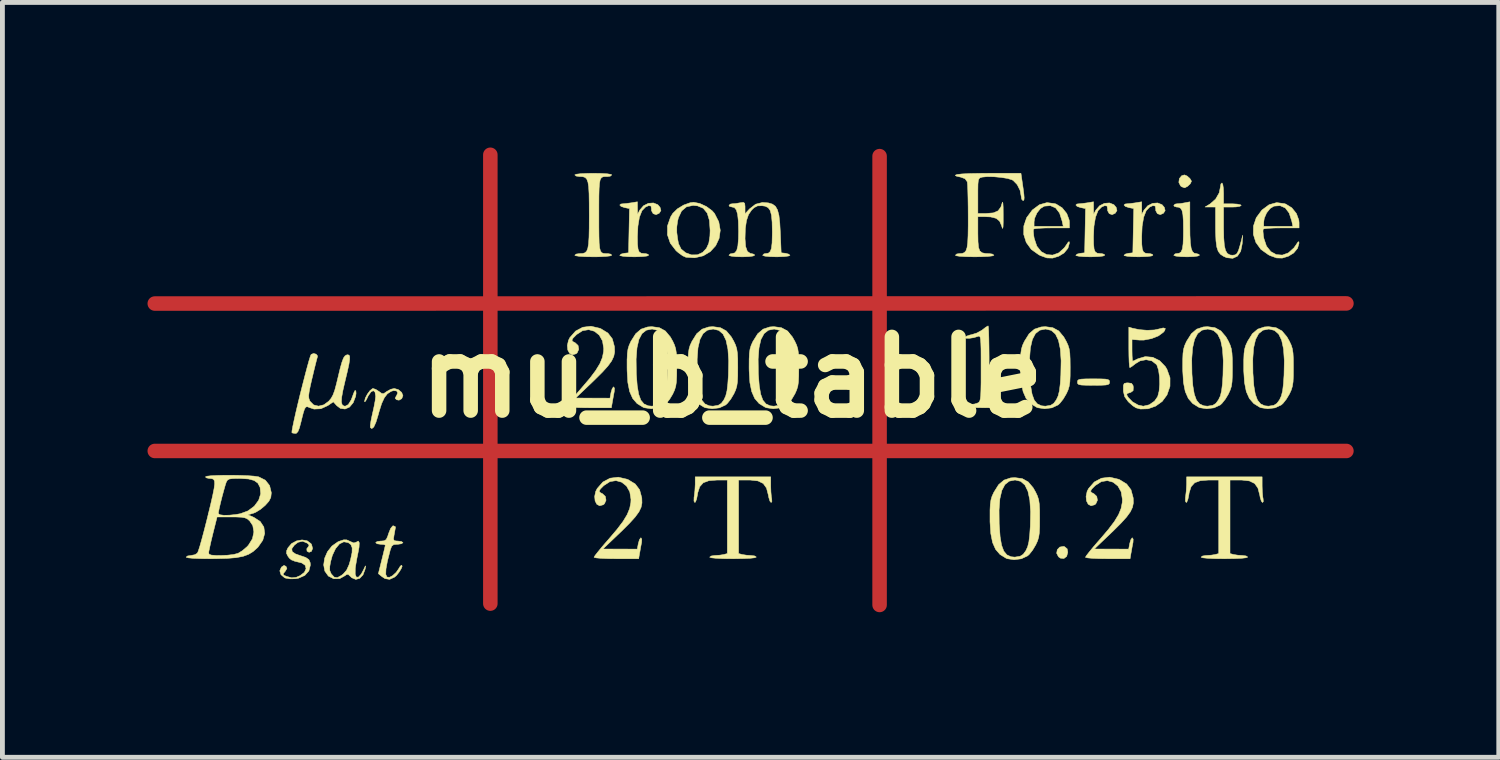
<source format=kicad_pcb>
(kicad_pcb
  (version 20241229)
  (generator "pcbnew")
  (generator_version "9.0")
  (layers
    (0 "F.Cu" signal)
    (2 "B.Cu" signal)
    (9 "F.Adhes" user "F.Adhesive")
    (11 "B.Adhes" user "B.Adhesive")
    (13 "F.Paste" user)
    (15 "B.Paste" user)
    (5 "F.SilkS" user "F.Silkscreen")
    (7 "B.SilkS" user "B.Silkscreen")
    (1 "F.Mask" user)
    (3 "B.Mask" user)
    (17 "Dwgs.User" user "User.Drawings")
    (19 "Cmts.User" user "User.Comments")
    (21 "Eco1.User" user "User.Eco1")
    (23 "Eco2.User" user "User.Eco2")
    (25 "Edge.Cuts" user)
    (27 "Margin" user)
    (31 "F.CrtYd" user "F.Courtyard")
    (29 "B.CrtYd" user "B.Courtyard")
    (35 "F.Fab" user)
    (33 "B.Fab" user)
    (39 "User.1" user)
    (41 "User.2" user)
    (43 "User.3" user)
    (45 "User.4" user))
  (footprint "mu_b_table"
    (layer "F.Cu")
    (at 12.088 4.75)
    (property "Reference" "mu_b_table" (at 0 0 0) (layer "F.SilkS") (effects (font (size 1.524 1.524) (thickness 0.3))))
    (attr through_hole)
    (fp_line (start -11.938 -1.524) (end 12.7 -1.527) (stroke (width 0.3) (type solid)) (layer "F.Cu"))
    (fp_line (start -11.938 1.524) (end 12.7 1.524) (stroke (width 0.3) (type solid)) (layer "F.Cu"))
    (fp_line (start -5 -4.6) (end -5 4.68) (stroke (width 0.3) (type solid)) (layer "F.Cu"))
    (fp_line (start 3.048 -4.572) (end 3.048 4.708) (stroke (width 0.3) (type solid)) (layer "F.Cu"))
    (fp_line (start -11.938 -1.524) (end 12.7 -1.527) (stroke (width 0.3) (type solid)) (layer "F.Mask"))
    (fp_line (start -11.938 1.524) (end 12.7 1.524) (stroke (width 0.3) (type solid)) (layer "F.Mask"))
    (fp_line (start -5 -4.6) (end -5 4.68) (stroke (width 0.3) (type solid)) (layer "F.Mask"))
    (fp_line (start 3.048 -4.572) (end 3.048 4.708) (stroke (width 0.3) (type solid)) (layer "F.Mask"))
    (fp_poly (pts (xy 6.871 3.502) (xy 6.926 3.547) (xy 6.939 3.618) (xy 6.916 3.703) (xy 6.859 3.747) (xy 6.786 3.74) (xy 6.747 3.712) (xy 6.709 3.638) (xy 6.722 3.565) (xy 6.773 3.511) (xy 6.85 3.497) (xy 6.871 3.502)) (stroke (width 0.01) (type solid)) (fill yes) (layer "F.SilkS"))
    (fp_poly (pts (xy 9.406 -4.161) (xy 9.464 -4.11) (xy 9.495 -4.057) (xy 9.496 -4.051) (xy 9.471 -4) (xy 9.415 -3.947) (xy 9.358 -3.918) (xy 9.351 -3.918) (xy 9.293 -3.939) (xy 9.27 -3.958) (xy 9.235 -4.03) (xy 9.246 -4.108) (xy 9.294 -4.167) (xy 9.351 -4.184) (xy 9.406 -4.161)) (stroke (width 0.01) (type solid)) (fill yes) (layer "F.SilkS"))
    (fp_poly (pts (xy 7.622 0.034) (xy 7.718 0.038) (xy 7.773 0.049) (xy 7.797 0.067) (xy 7.803 0.096) (xy 7.803 0.1) (xy 7.798 0.13) (xy 7.776 0.149) (xy 7.726 0.16) (xy 7.634 0.165) (xy 7.488 0.166) (xy 7.471 0.166) (xy 7.319 0.165) (xy 7.223 0.161) (xy 7.168 0.151) (xy 7.144 0.132) (xy 7.139 0.103) (xy 7.139 0.1) (xy 7.143 0.069) (xy 7.165 0.05) (xy 7.216 0.039) (xy 7.308 0.034) (xy 7.453 0.033) (xy 7.471 0.033) (xy 7.622 0.034)) (stroke (width 0.01) (type solid)) (fill yes) (layer "F.SilkS"))
    (fp_poly (pts (xy 9.463 -3.156) (xy 9.465 -2.938) (xy 9.474 -2.777) (xy 9.49 -2.667) (xy 9.516 -2.599) (xy 9.553 -2.565) (xy 9.597 -2.557) (xy 9.65 -2.542) (xy 9.662 -2.523) (xy 9.631 -2.507) (xy 9.546 -2.495) (xy 9.42 -2.49) (xy 9.396 -2.49) (xy 9.265 -2.494) (xy 9.172 -2.505) (xy 9.132 -2.52) (xy 9.131 -2.523) (xy 9.158 -2.551) (xy 9.19 -2.557) (xy 9.246 -2.565) (xy 9.284 -2.595) (xy 9.309 -2.657) (xy 9.323 -2.76) (xy 9.329 -2.915) (xy 9.33 -3.038) (xy 9.328 -3.228) (xy 9.319 -3.362) (xy 9.301 -3.448) (xy 9.271 -3.496) (xy 9.226 -3.517) (xy 9.19 -3.519) (xy 9.14 -3.535) (xy 9.131 -3.553) (xy 9.158 -3.58) (xy 9.193 -3.586) (xy 9.27 -3.592) (xy 9.359 -3.607) (xy 9.463 -3.627) (xy 9.463 -3.156)) (stroke (width 0.01) (type solid)) (fill yes) (layer "F.SilkS"))
    (fp_poly (pts (xy 10.144 -3.987) (xy 10.156 -3.906) (xy 10.16 -3.802) (xy 10.16 -3.586) (xy 10.343 -3.586) (xy 10.443 -3.58) (xy 10.509 -3.566) (xy 10.525 -3.553) (xy 10.495 -3.534) (xy 10.418 -3.522) (xy 10.343 -3.519) (xy 10.16 -3.519) (xy 10.16 -3.095) (xy 10.164 -2.882) (xy 10.176 -2.727) (xy 10.2 -2.622) (xy 10.238 -2.559) (xy 10.292 -2.529) (xy 10.343 -2.523) (xy 10.398 -2.53) (xy 10.437 -2.558) (xy 10.469 -2.621) (xy 10.502 -2.732) (xy 10.512 -2.768) (xy 10.556 -2.938) (xy 10.545 -2.758) (xy 10.514 -2.605) (xy 10.447 -2.504) (xy 10.35 -2.459) (xy 10.226 -2.472) (xy 10.161 -2.5) (xy 10.096 -2.543) (xy 10.05 -2.603) (xy 10.02 -2.692) (xy 10.003 -2.82) (xy 9.995 -2.997) (xy 9.994 -3.113) (xy 9.994 -3.519) (xy 9.886 -3.52) (xy 9.778 -3.52) (xy 9.884 -3.585) (xy 9.996 -3.684) (xy 10.07 -3.813) (xy 10.094 -3.933) (xy 10.105 -3.996) (xy 10.127 -4.018) (xy 10.144 -3.987)) (stroke (width 0.01) (type solid)) (fill yes) (layer "F.SilkS"))
    (fp_poly (pts (xy -0.67 -3.593) (xy -0.533 -3.53) (xy -0.415 -3.443) (xy -0.366 -3.388) (xy -0.277 -3.214) (xy -0.246 -3.038) (xy -0.27 -2.871) (xy -0.34 -2.721) (xy -0.452 -2.598) (xy -0.598 -2.511) (xy -0.774 -2.47) (xy -0.956 -2.481) (xy -1.023 -2.511) (xy -1.11 -2.574) (xy -1.16 -2.617) (xy -1.279 -2.772) (xy -1.339 -2.947) (xy -1.338 -2.996) (xy -1.145 -2.996) (xy -1.128 -2.863) (xy -1.109 -2.761) (xy -1.056 -2.652) (xy -0.96 -2.573) (xy -0.841 -2.53) (xy -0.717 -2.532) (xy -0.61 -2.582) (xy -0.531 -2.666) (xy -0.483 -2.773) (xy -0.46 -2.919) (xy -0.456 -3.035) (xy -0.47 -3.242) (xy -0.516 -3.394) (xy -0.598 -3.494) (xy -0.716 -3.544) (xy -0.809 -3.553) (xy -0.944 -3.524) (xy -1.046 -3.438) (xy -1.112 -3.297) (xy -1.128 -3.229) (xy -1.145 -3.109) (xy -1.145 -2.996) (xy -1.338 -2.996) (xy -1.337 -3.131) (xy -1.274 -3.313) (xy -1.228 -3.388) (xy -1.132 -3.482) (xy -1.002 -3.561) (xy -0.867 -3.609) (xy -0.797 -3.618) (xy -0.67 -3.593)) (stroke (width 0.01) (type solid)) (fill yes) (layer "F.SilkS"))
    (fp_poly (pts (xy 7.473 -3.37) (xy 7.52 -3.457) (xy 7.597 -3.546) (xy 7.696 -3.596) (xy 7.801 -3.604) (xy 7.892 -3.568) (xy 7.939 -3.513) (xy 7.956 -3.447) (xy 7.921 -3.392) (xy 7.856 -3.362) (xy 7.796 -3.383) (xy 7.762 -3.445) (xy 7.761 -3.483) (xy 7.751 -3.54) (xy 7.702 -3.548) (xy 7.638 -3.52) (xy 7.565 -3.445) (xy 7.512 -3.31) (xy 7.48 -3.121) (xy 7.471 -2.908) (xy 7.473 -2.752) (xy 7.483 -2.65) (xy 7.507 -2.592) (xy 7.55 -2.564) (xy 7.618 -2.557) (xy 7.639 -2.557) (xy 7.692 -2.542) (xy 7.703 -2.523) (xy 7.672 -2.507) (xy 7.585 -2.496) (xy 7.454 -2.491) (xy 7.404 -2.49) (xy 7.273 -2.493) (xy 7.171 -2.502) (xy 7.113 -2.514) (xy 7.105 -2.521) (xy 7.134 -2.547) (xy 7.197 -2.563) (xy 7.288 -2.573) (xy 7.306 -3.488) (xy 7.206 -3.508) (xy 7.134 -3.532) (xy 7.106 -3.561) (xy 7.128 -3.582) (xy 7.163 -3.586) (xy 7.234 -3.592) (xy 7.332 -3.605) (xy 7.346 -3.607) (xy 7.471 -3.628) (xy 7.473 -3.37)) (stroke (width 0.01) (type solid)) (fill yes) (layer "F.SilkS"))
    (fp_poly (pts (xy -6.902 0.256) (xy -6.834 0.313) (xy -6.807 0.38) (xy -6.832 0.443) (xy -6.888 0.474) (xy -6.938 0.465) (xy -6.968 0.434) (xy -6.946 0.39) (xy -6.94 0.383) (xy -6.914 0.322) (xy -6.939 0.282) (xy -7.003 0.276) (xy -7.053 0.292) (xy -7.128 0.341) (xy -7.191 0.422) (xy -7.247 0.543) (xy -7.302 0.717) (xy -7.315 0.767) (xy -7.365 0.93) (xy -7.41 1.029) (xy -7.451 1.062) (xy -7.481 1.039) (xy -7.482 0.996) (xy -7.469 0.906) (xy -7.444 0.785) (xy -7.435 0.746) (xy -7.405 0.61) (xy -7.382 0.488) (xy -7.372 0.403) (xy -7.371 0.392) (xy -7.385 0.306) (xy -7.42 0.277) (xy -7.469 0.304) (xy -7.526 0.386) (xy -7.547 0.432) (xy -7.579 0.493) (xy -7.598 0.507) (xy -7.601 0.498) (xy -7.585 0.431) (xy -7.542 0.349) (xy -7.488 0.276) (xy -7.437 0.235) (xy -7.425 0.232) (xy -7.367 0.252) (xy -7.301 0.295) (xy -7.243 0.337) (xy -7.201 0.336) (xy -7.143 0.295) (xy -7.06 0.249) (xy -6.987 0.232) (xy -6.902 0.256)) (stroke (width 0.01) (type solid)) (fill yes) (layer "F.SilkS"))
    (fp_poly (pts (xy -1.958 -3.499) (xy -1.956 -3.37) (xy -1.909 -3.457) (xy -1.833 -3.546) (xy -1.733 -3.596) (xy -1.629 -3.604) (xy -1.538 -3.568) (xy -1.491 -3.513) (xy -1.473 -3.447) (xy -1.508 -3.392) (xy -1.573 -3.362) (xy -1.634 -3.383) (xy -1.668 -3.445) (xy -1.669 -3.483) (xy -1.678 -3.54) (xy -1.727 -3.548) (xy -1.791 -3.52) (xy -1.864 -3.445) (xy -1.918 -3.31) (xy -1.949 -3.121) (xy -1.959 -2.908) (xy -1.957 -2.752) (xy -1.946 -2.65) (xy -1.923 -2.592) (xy -1.879 -2.564) (xy -1.811 -2.557) (xy -1.79 -2.557) (xy -1.738 -2.542) (xy -1.727 -2.523) (xy -1.758 -2.507) (xy -1.845 -2.496) (xy -1.976 -2.491) (xy -2.025 -2.49) (xy -2.157 -2.493) (xy -2.259 -2.502) (xy -2.317 -2.514) (xy -2.324 -2.521) (xy -2.295 -2.547) (xy -2.233 -2.563) (xy -2.142 -2.573) (xy -2.123 -3.488) (xy -2.224 -3.508) (xy -2.296 -3.532) (xy -2.324 -3.561) (xy -2.301 -3.582) (xy -2.266 -3.586) (xy -2.195 -3.592) (xy -2.098 -3.605) (xy -2.083 -3.607) (xy -1.959 -3.628) (xy -1.958 -3.499)) (stroke (width 0.01) (type solid)) (fill yes) (layer "F.SilkS"))
    (fp_poly (pts (xy 8.468 -3.499) (xy 8.469 -3.37) (xy 8.516 -3.457) (xy 8.593 -3.546) (xy 8.693 -3.596) (xy 8.797 -3.604) (xy 8.888 -3.568) (xy 8.935 -3.513) (xy 8.952 -3.447) (xy 8.918 -3.392) (xy 8.852 -3.362) (xy 8.792 -3.383) (xy 8.758 -3.445) (xy 8.757 -3.483) (xy 8.747 -3.54) (xy 8.698 -3.548) (xy 8.634 -3.52) (xy 8.561 -3.445) (xy 8.508 -3.31) (xy 8.476 -3.121) (xy 8.467 -2.908) (xy 8.469 -2.752) (xy 8.479 -2.65) (xy 8.503 -2.592) (xy 8.546 -2.564) (xy 8.615 -2.557) (xy 8.635 -2.557) (xy 8.688 -2.542) (xy 8.699 -2.523) (xy 8.668 -2.507) (xy 8.581 -2.496) (xy 8.45 -2.491) (xy 8.4 -2.49) (xy 8.269 -2.493) (xy 8.167 -2.502) (xy 8.109 -2.514) (xy 8.101 -2.521) (xy 8.13 -2.547) (xy 8.193 -2.563) (xy 8.284 -2.573) (xy 8.293 -3.03) (xy 8.303 -3.488) (xy 8.202 -3.508) (xy 8.13 -3.532) (xy 8.102 -3.561) (xy 8.125 -3.582) (xy 8.16 -3.586) (xy 8.23 -3.592) (xy 8.328 -3.605) (xy 8.342 -3.607) (xy 8.467 -3.628) (xy 8.468 -3.499)) (stroke (width 0.01) (type solid)) (fill yes) (layer "F.SilkS"))
    (fp_poly (pts (xy 6.674 -3.589) (xy 6.7 -3.58) (xy 6.823 -3.503) (xy 6.918 -3.385) (xy 6.968 -3.25) (xy 6.973 -3.199) (xy 6.973 -3.088) (xy 6.609 -3.088) (xy 6.461 -3.086) (xy 6.339 -3.08) (xy 6.257 -3.071) (xy 6.23 -3.062) (xy 6.227 -3.018) (xy 6.235 -2.931) (xy 6.245 -2.871) (xy 6.299 -2.711) (xy 6.389 -2.598) (xy 6.502 -2.536) (xy 6.627 -2.526) (xy 6.753 -2.572) (xy 6.868 -2.676) (xy 6.909 -2.735) (xy 6.95 -2.796) (xy 6.969 -2.803) (xy 6.972 -2.772) (xy 6.942 -2.667) (xy 6.862 -2.57) (xy 6.753 -2.503) (xy 6.626 -2.464) (xy 6.509 -2.467) (xy 6.378 -2.514) (xy 6.341 -2.532) (xy 6.185 -2.643) (xy 6.08 -2.788) (xy 6.028 -2.953) (xy 6.03 -3.121) (xy 6.242 -3.121) (xy 6.845 -3.121) (xy 6.822 -3.229) (xy 6.769 -3.395) (xy 6.688 -3.501) (xy 6.58 -3.548) (xy 6.454 -3.538) (xy 6.374 -3.489) (xy 6.302 -3.398) (xy 6.254 -3.288) (xy 6.242 -3.212) (xy 6.242 -3.121) (xy 6.03 -3.121) (xy 6.03 -3.127) (xy 6.088 -3.299) (xy 6.205 -3.457) (xy 6.205 -3.457) (xy 6.353 -3.567) (xy 6.509 -3.611) (xy 6.674 -3.589)) (stroke (width 0.01) (type solid)) (fill yes) (layer "F.SilkS"))
    (fp_poly (pts (xy 11.422 -3.589) (xy 11.447 -3.58) (xy 11.571 -3.503) (xy 11.666 -3.385) (xy 11.716 -3.25) (xy 11.721 -3.199) (xy 11.721 -3.088) (xy 11.357 -3.088) (xy 11.209 -3.086) (xy 11.087 -3.08) (xy 11.005 -3.071) (xy 10.978 -3.062) (xy 10.975 -3.018) (xy 10.983 -2.931) (xy 10.993 -2.871) (xy 11.047 -2.711) (xy 11.137 -2.598) (xy 11.25 -2.536) (xy 11.375 -2.526) (xy 11.501 -2.572) (xy 11.616 -2.676) (xy 11.657 -2.735) (xy 11.698 -2.796) (xy 11.717 -2.803) (xy 11.72 -2.772) (xy 11.69 -2.667) (xy 11.61 -2.57) (xy 11.501 -2.503) (xy 11.374 -2.464) (xy 11.257 -2.467) (xy 11.126 -2.514) (xy 11.089 -2.532) (xy 10.933 -2.643) (xy 10.828 -2.788) (xy 10.776 -2.953) (xy 10.778 -3.121) (xy 10.99 -3.121) (xy 11.593 -3.121) (xy 11.57 -3.229) (xy 11.516 -3.395) (xy 11.436 -3.501) (xy 11.328 -3.548) (xy 11.201 -3.538) (xy 11.122 -3.489) (xy 11.05 -3.398) (xy 11.002 -3.288) (xy 10.99 -3.212) (xy 10.99 -3.121) (xy 10.778 -3.121) (xy 10.778 -3.127) (xy 10.836 -3.299) (xy 10.953 -3.457) (xy 10.953 -3.457) (xy 11.101 -3.567) (xy 11.257 -3.611) (xy 11.422 -3.589)) (stroke (width 0.01) (type solid)) (fill yes) (layer "F.SilkS"))
    (fp_poly (pts (xy 0.797 2.249) (xy 0.801 2.369) (xy 0.81 2.471) (xy 0.818 2.515) (xy 0.821 2.572) (xy 0.805 2.59) (xy 0.78 2.56) (xy 0.757 2.485) (xy 0.748 2.436) (xy 0.71 2.291) (xy 0.642 2.196) (xy 0.533 2.143) (xy 0.374 2.125) (xy 0.35 2.125) (xy 0.133 2.125) (xy 0.133 3.645) (xy 0.208 3.665) (xy 0.296 3.679) (xy 0.39 3.685) (xy 0.464 3.694) (xy 0.498 3.716) (xy 0.498 3.719) (xy 0.466 3.732) (xy 0.373 3.743) (xy 0.226 3.749) (xy 0.031 3.752) (xy 0.017 3.752) (xy -0.182 3.75) (xy -0.332 3.743) (xy -0.428 3.733) (xy -0.465 3.72) (xy -0.465 3.719) (xy -0.436 3.696) (xy -0.365 3.685) (xy -0.357 3.685) (xy -0.255 3.678) (xy -0.174 3.665) (xy -0.1 3.645) (xy -0.1 2.125) (xy -0.311 2.125) (xy -0.48 2.138) (xy -0.597 2.181) (xy -0.671 2.263) (xy -0.712 2.389) (xy -0.717 2.425) (xy -0.736 2.52) (xy -0.759 2.579) (xy -0.772 2.59) (xy -0.79 2.56) (xy -0.788 2.482) (xy -0.785 2.465) (xy -0.771 2.346) (xy -0.764 2.216) (xy -0.764 2.2) (xy -0.764 2.059) (xy 0.797 2.059) (xy 0.797 2.249)) (stroke (width 0.01) (type solid)) (fill yes) (layer "F.SilkS"))
    (fp_poly (pts (xy 10.957 2.249) (xy 10.961 2.369) (xy 10.97 2.471) (xy 10.978 2.515) (xy 10.981 2.572) (xy 10.965 2.59) (xy 10.94 2.56) (xy 10.917 2.485) (xy 10.908 2.436) (xy 10.87 2.291) (xy 10.802 2.196) (xy 10.693 2.143) (xy 10.534 2.125) (xy 10.51 2.125) (xy 10.293 2.125) (xy 10.293 3.645) (xy 10.368 3.665) (xy 10.456 3.679) (xy 10.55 3.685) (xy 10.624 3.694) (xy 10.658 3.716) (xy 10.658 3.719) (xy 10.626 3.732) (xy 10.533 3.743) (xy 10.386 3.749) (xy 10.191 3.752) (xy 10.177 3.752) (xy 9.978 3.75) (xy 9.828 3.743) (xy 9.732 3.733) (xy 9.695 3.72) (xy 9.695 3.719) (xy 9.724 3.696) (xy 9.795 3.685) (xy 9.803 3.685) (xy 9.905 3.678) (xy 9.986 3.665) (xy 10.06 3.645) (xy 10.06 2.125) (xy 9.849 2.125) (xy 9.68 2.138) (xy 9.563 2.181) (xy 9.489 2.263) (xy 9.448 2.389) (xy 9.443 2.425) (xy 9.424 2.52) (xy 9.401 2.579) (xy 9.388 2.59) (xy 9.37 2.56) (xy 9.372 2.482) (xy 9.375 2.465) (xy 9.389 2.346) (xy 9.396 2.216) (xy 9.396 2.2) (xy 9.396 2.059) (xy 10.957 2.059) (xy 10.957 2.249)) (stroke (width 0.01) (type solid)) (fill yes) (layer "F.SilkS"))
    (fp_poly (pts (xy -8.787 3.381) (xy -8.709 3.439) (xy -8.696 3.458) (xy -8.675 3.539) (xy -8.698 3.599) (xy -8.748 3.619) (xy -8.79 3.596) (xy -8.795 3.546) (xy -8.76 3.5) (xy -8.747 3.468) (xy -8.783 3.431) (xy -8.881 3.39) (xy -8.978 3.413) (xy -9.052 3.471) (xy -9.105 3.545) (xy -9.097 3.605) (xy -9.026 3.654) (xy -8.936 3.685) (xy -8.818 3.725) (xy -8.752 3.77) (xy -8.725 3.833) (xy -8.721 3.884) (xy -8.752 4.004) (xy -8.836 4.097) (xy -8.967 4.155) (xy -9.031 4.166) (xy -9.14 4.168) (xy -9.233 4.153) (xy -9.254 4.145) (xy -9.329 4.081) (xy -9.353 4.002) (xy -9.32 3.927) (xy -9.317 3.924) (xy -9.266 3.89) (xy -9.225 3.91) (xy -9.206 3.953) (xy -9.238 4.008) (xy -9.245 4.016) (xy -9.284 4.065) (xy -9.272 4.092) (xy -9.216 4.116) (xy -9.107 4.147) (xy -9.015 4.137) (xy -8.934 4.102) (xy -8.845 4.034) (xy -8.81 3.958) (xy -8.828 3.888) (xy -8.9 3.839) (xy -8.927 3.832) (xy -9.042 3.804) (xy -9.111 3.777) (xy -9.155 3.741) (xy -9.184 3.702) (xy -9.215 3.64) (xy -9.211 3.584) (xy -9.184 3.527) (xy -9.11 3.439) (xy -9.006 3.383) (xy -8.893 3.363) (xy -8.787 3.381)) (stroke (width 0.01) (type solid)) (fill yes) (layer "F.SilkS"))
    (fp_poly (pts (xy -6.965 3.089) (xy -6.961 3.104) (xy -6.971 3.157) (xy -6.986 3.243) (xy -6.99 3.262) (xy -7.002 3.343) (xy -6.988 3.378) (xy -6.937 3.386) (xy -6.91 3.387) (xy -6.838 3.396) (xy -6.807 3.418) (xy -6.807 3.42) (xy -6.836 3.442) (xy -6.907 3.453) (xy -6.921 3.453) (xy -6.998 3.46) (xy -7.04 3.493) (xy -7.069 3.572) (xy -7.071 3.578) (xy -7.128 3.801) (xy -7.158 3.965) (xy -7.162 4.075) (xy -7.138 4.13) (xy -7.086 4.136) (xy -7.023 4.104) (xy -6.947 4.035) (xy -6.899 3.966) (xy -6.862 3.906) (xy -6.834 3.885) (xy -6.823 3.907) (xy -6.845 3.962) (xy -6.888 4.031) (xy -6.94 4.097) (xy -6.98 4.132) (xy -7.082 4.179) (xy -7.178 4.163) (xy -7.24 4.122) (xy -7.315 4.061) (xy -7.244 3.775) (xy -7.212 3.646) (xy -7.187 3.542) (xy -7.173 3.481) (xy -7.172 3.471) (xy -7.201 3.458) (xy -7.27 3.453) (xy -7.271 3.453) (xy -7.341 3.443) (xy -7.371 3.42) (xy -7.371 3.42) (xy -7.342 3.397) (xy -7.271 3.387) (xy -7.261 3.387) (xy -7.193 3.381) (xy -7.152 3.354) (xy -7.122 3.289) (xy -7.103 3.229) (xy -7.062 3.127) (xy -7.02 3.075) (xy -7.006 3.071) (xy -6.965 3.089)) (stroke (width 0.01) (type solid)) (fill yes) (layer "F.SilkS"))
    (fp_poly (pts (xy -2.702 -4.214) (xy -2.577 -4.206) (xy -2.505 -4.194) (xy -2.49 -4.184) (xy -2.519 -4.158) (xy -2.57 -4.15) (xy -2.629 -4.15) (xy -2.673 -4.144) (xy -2.706 -4.124) (xy -2.729 -4.082) (xy -2.743 -4.011) (xy -2.751 -3.903) (xy -2.755 -3.749) (xy -2.756 -3.543) (xy -2.756 -3.353) (xy -2.756 -3.104) (xy -2.754 -2.912) (xy -2.75 -2.772) (xy -2.74 -2.674) (xy -2.723 -2.611) (xy -2.698 -2.576) (xy -2.663 -2.561) (xy -2.615 -2.557) (xy -2.57 -2.557) (xy -2.509 -2.545) (xy -2.49 -2.523) (xy -2.522 -2.509) (xy -2.612 -2.498) (xy -2.753 -2.491) (xy -2.872 -2.49) (xy -3.042 -2.493) (xy -3.167 -2.501) (xy -3.239 -2.513) (xy -3.254 -2.523) (xy -3.225 -2.547) (xy -3.157 -2.557) (xy -3.093 -2.559) (xy -3.045 -2.573) (xy -3.009 -2.606) (xy -2.985 -2.665) (xy -2.969 -2.758) (xy -2.96 -2.894) (xy -2.956 -3.079) (xy -2.955 -3.322) (xy -2.955 -3.353) (xy -2.956 -3.604) (xy -2.959 -3.795) (xy -2.967 -3.936) (xy -2.982 -4.033) (xy -3.006 -4.096) (xy -3.04 -4.131) (xy -3.087 -4.147) (xy -3.149 -4.15) (xy -3.157 -4.15) (xy -3.226 -4.16) (xy -3.254 -4.184) (xy -3.222 -4.198) (xy -3.132 -4.209) (xy -2.991 -4.215) (xy -2.872 -4.217) (xy -2.702 -4.214)) (stroke (width 0.01) (type solid)) (fill yes) (layer "F.SilkS"))
    (fp_poly (pts (xy 5.298 -1.031) (xy 5.303 -0.942) (xy 5.307 -0.805) (xy 5.31 -0.629) (xy 5.312 -0.424) (xy 5.312 -0.283) (xy 5.313 -0.036) (xy 5.314 0.154) (xy 5.317 0.293) (xy 5.322 0.391) (xy 5.33 0.456) (xy 5.342 0.495) (xy 5.358 0.517) (xy 5.377 0.53) (xy 5.457 0.555) (xy 5.543 0.564) (xy 5.614 0.574) (xy 5.644 0.597) (xy 5.644 0.598) (xy 5.612 0.612) (xy 5.521 0.623) (xy 5.378 0.629) (xy 5.229 0.631) (xy 5.05 0.628) (xy 4.916 0.621) (xy 4.835 0.61) (xy 4.814 0.598) (xy 4.843 0.575) (xy 4.913 0.564) (xy 4.916 0.564) (xy 5.012 0.553) (xy 5.082 0.53) (xy 5.104 0.515) (xy 5.12 0.489) (xy 5.131 0.445) (xy 5.139 0.373) (xy 5.143 0.264) (xy 5.146 0.109) (xy 5.146 -0.1) (xy 5.146 -0.187) (xy 5.146 -0.417) (xy 5.145 -0.588) (xy 5.141 -0.708) (xy 5.135 -0.787) (xy 5.126 -0.831) (xy 5.113 -0.849) (xy 5.095 -0.85) (xy 5.088 -0.847) (xy 4.995 -0.819) (xy 4.904 -0.805) (xy 4.837 -0.806) (xy 4.814 -0.823) (xy 4.844 -0.849) (xy 4.917 -0.874) (xy 4.948 -0.88) (xy 5.062 -0.916) (xy 5.166 -0.974) (xy 5.177 -0.983) (xy 5.244 -1.035) (xy 5.288 -1.061) (xy 5.292 -1.062) (xy 5.298 -1.031)) (stroke (width 0.01) (type solid)) (fill yes) (layer "F.SilkS"))
    (fp_poly (pts (xy -7.97 3.362) (xy -7.902 3.393) (xy -7.901 3.394) (xy -7.822 3.426) (xy -7.773 3.41) (xy -7.773 3.41) (xy -7.73 3.387) (xy -7.71 3.422) (xy -7.714 3.512) (xy -7.732 3.612) (xy -7.76 3.75) (xy -7.784 3.891) (xy -7.793 3.955) (xy -7.794 4.074) (xy -7.77 4.133) (xy -7.726 4.132) (xy -7.67 4.07) (xy -7.623 3.984) (xy -7.59 3.913) (xy -7.578 3.9) (xy -7.584 3.942) (xy -7.589 3.968) (xy -7.633 4.086) (xy -7.701 4.158) (xy -7.782 4.18) (xy -7.865 4.145) (xy -7.893 4.118) (xy -7.94 4.074) (xy -7.979 4.082) (xy -8.002 4.101) (xy -8.115 4.164) (xy -8.237 4.167) (xy -8.35 4.11) (xy -8.35 4.109) (xy -8.422 4.008) (xy -8.437 3.926) (xy -8.322 3.926) (xy -8.319 3.998) (xy -8.293 4.059) (xy -8.286 4.069) (xy -8.227 4.133) (xy -8.163 4.143) (xy -8.079 4.097) (xy -8.042 4.068) (xy -7.972 3.989) (xy -7.92 3.874) (xy -7.89 3.771) (xy -7.859 3.625) (xy -7.857 3.526) (xy -7.883 3.461) (xy -7.937 3.419) (xy -8.029 3.402) (xy -8.119 3.445) (xy -8.2 3.542) (xy -8.267 3.685) (xy -8.303 3.815) (xy -8.322 3.926) (xy -8.437 3.926) (xy -8.446 3.88) (xy -8.426 3.742) (xy -8.367 3.606) (xy -8.274 3.489) (xy -8.152 3.403) (xy -8.121 3.39) (xy -8.032 3.361) (xy -7.97 3.362)) (stroke (width 0.01) (type solid)) (fill yes) (layer "F.SilkS"))
    (fp_poly (pts (xy -2.738 -1.013) (xy -2.714 -1.003) (xy -2.569 -0.914) (xy -2.478 -0.795) (xy -2.434 -0.633) (xy -2.433 -0.619) (xy -2.43 -0.523) (xy -2.448 -0.432) (xy -2.492 -0.338) (xy -2.57 -0.231) (xy -2.686 -0.103) (xy -2.847 0.057) (xy -2.882 0.091) (xy -3.237 0.43) (xy -2.882 0.431) (xy -2.526 0.432) (xy -2.505 0.315) (xy -2.482 0.239) (xy -2.455 0.2) (xy -2.451 0.199) (xy -2.433 0.227) (xy -2.437 0.291) (xy -2.455 0.387) (xy -2.475 0.499) (xy -2.476 0.506) (xy -2.498 0.631) (xy -2.959 0.631) (xy -3.133 0.629) (xy -3.275 0.623) (xy -3.374 0.614) (xy -3.418 0.603) (xy -3.42 0.6) (xy -3.399 0.565) (xy -3.342 0.491) (xy -3.256 0.387) (xy -3.15 0.264) (xy -3.118 0.227) (xy -2.947 0.027) (xy -2.822 -0.139) (xy -2.735 -0.281) (xy -2.683 -0.408) (xy -2.659 -0.531) (xy -2.656 -0.596) (xy -2.681 -0.752) (xy -2.749 -0.872) (xy -2.848 -0.951) (xy -2.966 -0.984) (xy -3.093 -0.963) (xy -3.216 -0.884) (xy -3.219 -0.881) (xy -3.29 -0.809) (xy -3.314 -0.766) (xy -3.293 -0.737) (xy -3.246 -0.713) (xy -3.186 -0.657) (xy -3.172 -0.578) (xy -3.205 -0.505) (xy -3.229 -0.485) (xy -3.304 -0.464) (xy -3.362 -0.495) (xy -3.399 -0.564) (xy -3.408 -0.657) (xy -3.385 -0.761) (xy -3.356 -0.82) (xy -3.237 -0.955) (xy -3.089 -1.034) (xy -2.92 -1.055) (xy -2.738 -1.013)) (stroke (width 0.01) (type solid)) (fill yes) (layer "F.SilkS"))
    (fp_poly (pts (xy -2.174 2.108) (xy -2.149 2.118) (xy -2.004 2.207) (xy -1.914 2.326) (xy -1.87 2.488) (xy -1.868 2.502) (xy -1.865 2.599) (xy -1.883 2.689) (xy -1.928 2.783) (xy -2.006 2.89) (xy -2.122 3.018) (xy -2.282 3.178) (xy -2.318 3.212) (xy -2.673 3.551) (xy -2.317 3.552) (xy -1.962 3.553) (xy -1.94 3.436) (xy -1.918 3.36) (xy -1.891 3.321) (xy -1.886 3.32) (xy -1.869 3.348) (xy -1.872 3.412) (xy -1.891 3.509) (xy -1.91 3.62) (xy -1.912 3.627) (xy -1.933 3.752) (xy -2.394 3.752) (xy -2.569 3.75) (xy -2.711 3.744) (xy -2.809 3.735) (xy -2.854 3.724) (xy -2.855 3.721) (xy -2.835 3.686) (xy -2.777 3.612) (xy -2.692 3.508) (xy -2.586 3.385) (xy -2.553 3.348) (xy -2.383 3.148) (xy -2.257 2.982) (xy -2.171 2.84) (xy -2.119 2.713) (xy -2.095 2.59) (xy -2.092 2.525) (xy -2.117 2.369) (xy -2.185 2.249) (xy -2.284 2.17) (xy -2.402 2.137) (xy -2.528 2.158) (xy -2.651 2.237) (xy -2.655 2.24) (xy -2.726 2.312) (xy -2.75 2.355) (xy -2.729 2.384) (xy -2.681 2.408) (xy -2.622 2.464) (xy -2.608 2.543) (xy -2.641 2.616) (xy -2.665 2.636) (xy -2.74 2.657) (xy -2.798 2.626) (xy -2.834 2.557) (xy -2.843 2.464) (xy -2.821 2.36) (xy -2.791 2.301) (xy -2.673 2.166) (xy -2.524 2.087) (xy -2.355 2.066) (xy -2.174 2.108)) (stroke (width 0.01) (type solid)) (fill yes) (layer "F.SilkS"))
    (fp_poly (pts (xy 7.986 2.108) (xy 8.011 2.118) (xy 8.156 2.207) (xy 8.246 2.326) (xy 8.29 2.488) (xy 8.292 2.502) (xy 8.295 2.599) (xy 8.277 2.689) (xy 8.232 2.783) (xy 8.154 2.89) (xy 8.038 3.018) (xy 7.878 3.178) (xy 7.842 3.212) (xy 7.487 3.551) (xy 7.843 3.552) (xy 8.198 3.553) (xy 8.22 3.436) (xy 8.242 3.36) (xy 8.269 3.321) (xy 8.274 3.32) (xy 8.291 3.348) (xy 8.288 3.412) (xy 8.269 3.509) (xy 8.25 3.62) (xy 8.248 3.627) (xy 8.227 3.752) (xy 7.766 3.752) (xy 7.591 3.75) (xy 7.449 3.744) (xy 7.351 3.735) (xy 7.306 3.724) (xy 7.305 3.721) (xy 7.325 3.686) (xy 7.383 3.612) (xy 7.468 3.508) (xy 7.574 3.385) (xy 7.607 3.348) (xy 7.777 3.148) (xy 7.903 2.982) (xy 7.989 2.84) (xy 8.041 2.713) (xy 8.065 2.59) (xy 8.068 2.525) (xy 8.043 2.369) (xy 7.975 2.249) (xy 7.876 2.17) (xy 7.758 2.137) (xy 7.632 2.158) (xy 7.509 2.237) (xy 7.505 2.24) (xy 7.434 2.312) (xy 7.41 2.355) (xy 7.431 2.384) (xy 7.479 2.408) (xy 7.538 2.464) (xy 7.552 2.543) (xy 7.519 2.616) (xy 7.495 2.636) (xy 7.42 2.657) (xy 7.362 2.626) (xy 7.326 2.557) (xy 7.317 2.464) (xy 7.339 2.36) (xy 7.369 2.301) (xy 7.487 2.166) (xy 7.636 2.087) (xy 7.805 2.066) (xy 7.986 2.108)) (stroke (width 0.01) (type solid)) (fill yes) (layer "F.SilkS"))
    (fp_poly (pts (xy -1.506 -1.025) (xy -1.383 -0.958) (xy -1.279 -0.835) (xy -1.228 -0.745) (xy -1.192 -0.666) (xy -1.168 -0.59) (xy -1.154 -0.5) (xy -1.147 -0.38) (xy -1.145 -0.212) (xy -1.145 -0.199) (xy -1.147 -0.027) (xy -1.153 0.096) (xy -1.167 0.187) (xy -1.19 0.263) (xy -1.226 0.342) (xy -1.228 0.347) (xy -1.292 0.453) (xy -1.362 0.541) (xy -1.397 0.573) (xy -1.525 0.632) (xy -1.675 0.651) (xy -1.817 0.63) (xy -1.843 0.619) (xy -1.966 0.543) (xy -2.057 0.438) (xy -2.12 0.296) (xy -2.157 0.109) (xy -2.172 -0.132) (xy -2.173 -0.199) (xy -2.173 -0.371) (xy -2.172 -0.376) (xy -1.986 -0.376) (xy -1.982 -0.084) (xy -1.981 -0.059) (xy -1.963 0.175) (xy -1.933 0.351) (xy -1.888 0.474) (xy -1.824 0.551) (xy -1.738 0.59) (xy -1.66 0.598) (xy -1.55 0.58) (xy -1.487 0.54) (xy -1.433 0.467) (xy -1.394 0.385) (xy -1.369 0.279) (xy -1.351 0.135) (xy -1.34 -0.042) (xy -1.334 -0.342) (xy -1.35 -0.582) (xy -1.388 -0.765) (xy -1.451 -0.893) (xy -1.538 -0.969) (xy -1.65 -0.996) (xy -1.66 -0.996) (xy -1.775 -0.973) (xy -1.864 -0.903) (xy -1.928 -0.782) (xy -1.968 -0.607) (xy -1.986 -0.376) (xy -2.172 -0.376) (xy -2.167 -0.493) (xy -2.154 -0.583) (xy -2.131 -0.659) (xy -2.096 -0.737) (xy -2.092 -0.745) (xy -1.994 -0.9) (xy -1.883 -0.995) (xy -1.747 -1.04) (xy -1.66 -1.046) (xy -1.506 -1.025)) (stroke (width 0.01) (type solid)) (fill yes) (layer "F.SilkS"))
    (fp_poly (pts (xy -0.244 -1.025) (xy -0.121 -0.958) (xy -0.018 -0.835) (xy 0.033 -0.745) (xy 0.07 -0.666) (xy 0.094 -0.59) (xy 0.108 -0.5) (xy 0.115 -0.38) (xy 0.116 -0.212) (xy 0.116 -0.199) (xy 0.115 -0.027) (xy 0.109 0.096) (xy 0.095 0.187) (xy 0.072 0.263) (xy 0.036 0.342) (xy 0.033 0.347) (xy -0.03 0.453) (xy -0.1 0.541) (xy -0.136 0.573) (xy -0.263 0.632) (xy -0.414 0.651) (xy -0.555 0.63) (xy -0.581 0.619) (xy -0.704 0.543) (xy -0.795 0.438) (xy -0.858 0.296) (xy -0.895 0.109) (xy -0.911 -0.132) (xy -0.912 -0.199) (xy -0.911 -0.371) (xy -0.911 -0.376) (xy -0.724 -0.376) (xy -0.721 -0.084) (xy -0.719 -0.059) (xy -0.702 0.175) (xy -0.672 0.351) (xy -0.626 0.474) (xy -0.563 0.551) (xy -0.477 0.59) (xy -0.398 0.598) (xy -0.288 0.58) (xy -0.225 0.54) (xy -0.171 0.467) (xy -0.133 0.385) (xy -0.107 0.279) (xy -0.09 0.135) (xy -0.078 -0.042) (xy -0.072 -0.342) (xy -0.088 -0.582) (xy -0.127 -0.765) (xy -0.189 -0.893) (xy -0.276 -0.969) (xy -0.388 -0.996) (xy -0.398 -0.996) (xy -0.513 -0.973) (xy -0.602 -0.903) (xy -0.666 -0.782) (xy -0.707 -0.607) (xy -0.724 -0.376) (xy -0.911 -0.376) (xy -0.905 -0.493) (xy -0.892 -0.583) (xy -0.87 -0.659) (xy -0.834 -0.737) (xy -0.83 -0.745) (xy -0.733 -0.9) (xy -0.621 -0.995) (xy -0.485 -1.04) (xy -0.398 -1.046) (xy -0.244 -1.025)) (stroke (width 0.01) (type solid)) (fill yes) (layer "F.SilkS"))
    (fp_poly (pts (xy 1.017 -1.025) (xy 1.141 -0.958) (xy 1.244 -0.835) (xy 1.295 -0.745) (xy 1.332 -0.666) (xy 1.356 -0.59) (xy 1.37 -0.5) (xy 1.376 -0.38) (xy 1.378 -0.212) (xy 1.378 -0.199) (xy 1.376 -0.027) (xy 1.37 0.096) (xy 1.357 0.187) (xy 1.333 0.263) (xy 1.298 0.342) (xy 1.295 0.347) (xy 1.232 0.453) (xy 1.161 0.541) (xy 1.126 0.573) (xy 0.999 0.632) (xy 0.848 0.651) (xy 0.707 0.63) (xy 0.681 0.619) (xy 0.557 0.543) (xy 0.466 0.438) (xy 0.404 0.296) (xy 0.366 0.109) (xy 0.351 -0.132) (xy 0.35 -0.199) (xy 0.351 -0.371) (xy 0.351 -0.376) (xy 0.537 -0.376) (xy 0.541 -0.084) (xy 0.542 -0.059) (xy 0.56 0.175) (xy 0.59 0.351) (xy 0.635 0.474) (xy 0.699 0.551) (xy 0.785 0.59) (xy 0.863 0.598) (xy 0.973 0.58) (xy 1.036 0.54) (xy 1.091 0.467) (xy 1.129 0.385) (xy 1.155 0.279) (xy 1.172 0.135) (xy 1.183 -0.042) (xy 1.189 -0.342) (xy 1.174 -0.582) (xy 1.135 -0.765) (xy 1.073 -0.893) (xy 0.986 -0.969) (xy 0.873 -0.996) (xy 0.863 -0.996) (xy 0.749 -0.973) (xy 0.66 -0.903) (xy 0.595 -0.782) (xy 0.555 -0.607) (xy 0.537 -0.376) (xy 0.351 -0.376) (xy 0.356 -0.493) (xy 0.369 -0.583) (xy 0.392 -0.659) (xy 0.427 -0.737) (xy 0.432 -0.745) (xy 0.529 -0.9) (xy 0.64 -0.995) (xy 0.776 -1.04) (xy 0.863 -1.046) (xy 1.017 -1.025)) (stroke (width 0.01) (type solid)) (fill yes) (layer "F.SilkS"))
    (fp_poly (pts (xy 5.998 2.096) (xy 6.121 2.164) (xy 6.224 2.286) (xy 6.275 2.376) (xy 6.312 2.455) (xy 6.336 2.531) (xy 6.35 2.621) (xy 6.357 2.741) (xy 6.358 2.909) (xy 6.358 2.922) (xy 6.357 3.094) (xy 6.351 3.217) (xy 6.337 3.308) (xy 6.314 3.384) (xy 6.278 3.463) (xy 6.275 3.468) (xy 6.212 3.574) (xy 6.142 3.662) (xy 6.106 3.694) (xy 5.979 3.753) (xy 5.828 3.773) (xy 5.687 3.751) (xy 5.661 3.74) (xy 5.538 3.664) (xy 5.447 3.559) (xy 5.384 3.417) (xy 5.347 3.23) (xy 5.331 2.989) (xy 5.331 2.922) (xy 5.331 2.75) (xy 5.331 2.745) (xy 5.518 2.745) (xy 5.521 3.037) (xy 5.523 3.062) (xy 5.54 3.296) (xy 5.57 3.472) (xy 5.616 3.595) (xy 5.68 3.672) (xy 5.765 3.711) (xy 5.844 3.719) (xy 5.954 3.701) (xy 6.017 3.661) (xy 6.071 3.588) (xy 6.109 3.506) (xy 6.135 3.4) (xy 6.152 3.256) (xy 6.164 3.079) (xy 6.17 2.779) (xy 6.154 2.539) (xy 6.115 2.357) (xy 6.053 2.229) (xy 5.966 2.152) (xy 5.854 2.125) (xy 5.844 2.125) (xy 5.729 2.148) (xy 5.64 2.218) (xy 5.576 2.339) (xy 5.535 2.514) (xy 5.518 2.745) (xy 5.331 2.745) (xy 5.337 2.628) (xy 5.35 2.538) (xy 5.372 2.462) (xy 5.408 2.384) (xy 5.412 2.376) (xy 5.509 2.221) (xy 5.621 2.126) (xy 5.757 2.081) (xy 5.844 2.075) (xy 5.998 2.096)) (stroke (width 0.01) (type solid)) (fill yes) (layer "F.SilkS"))
    (fp_poly (pts (xy 6.629 -1.025) (xy 6.752 -0.958) (xy 6.855 -0.835) (xy 6.906 -0.745) (xy 6.943 -0.666) (xy 6.967 -0.59) (xy 6.981 -0.5) (xy 6.987 -0.38) (xy 6.989 -0.212) (xy 6.989 -0.199) (xy 6.988 -0.027) (xy 6.982 0.096) (xy 6.968 0.187) (xy 6.945 0.263) (xy 6.909 0.342) (xy 6.906 0.347) (xy 6.843 0.453) (xy 6.773 0.541) (xy 6.737 0.573) (xy 6.61 0.632) (xy 6.459 0.651) (xy 6.318 0.63) (xy 6.292 0.619) (xy 6.169 0.543) (xy 6.077 0.438) (xy 6.015 0.296) (xy 5.978 0.109) (xy 5.962 -0.132) (xy 5.961 -0.199) (xy 5.962 -0.371) (xy 5.962 -0.376) (xy 6.148 -0.376) (xy 6.152 -0.084) (xy 6.153 -0.059) (xy 6.171 0.175) (xy 6.201 0.351) (xy 6.246 0.474) (xy 6.31 0.551) (xy 6.396 0.59) (xy 6.475 0.598) (xy 6.585 0.58) (xy 6.648 0.54) (xy 6.702 0.467) (xy 6.74 0.385) (xy 6.766 0.279) (xy 6.783 0.135) (xy 6.795 -0.042) (xy 6.801 -0.342) (xy 6.785 -0.582) (xy 6.746 -0.765) (xy 6.684 -0.893) (xy 6.597 -0.969) (xy 6.485 -0.996) (xy 6.475 -0.996) (xy 6.36 -0.973) (xy 6.271 -0.903) (xy 6.207 -0.782) (xy 6.166 -0.607) (xy 6.148 -0.376) (xy 5.962 -0.376) (xy 5.968 -0.493) (xy 5.981 -0.583) (xy 6.003 -0.659) (xy 6.039 -0.737) (xy 6.043 -0.745) (xy 6.14 -0.9) (xy 6.251 -0.995) (xy 6.388 -1.04) (xy 6.475 -1.046) (xy 6.629 -1.025)) (stroke (width 0.01) (type solid)) (fill yes) (layer "F.SilkS"))
    (fp_poly (pts (xy 9.982 -1.025) (xy 10.105 -0.958) (xy 10.209 -0.835) (xy 10.26 -0.745) (xy 10.296 -0.666) (xy 10.32 -0.59) (xy 10.334 -0.5) (xy 10.341 -0.38) (xy 10.343 -0.212) (xy 10.343 -0.199) (xy 10.341 -0.027) (xy 10.335 0.096) (xy 10.322 0.187) (xy 10.298 0.263) (xy 10.262 0.342) (xy 10.26 0.347) (xy 10.196 0.453) (xy 10.126 0.541) (xy 10.091 0.573) (xy 9.963 0.632) (xy 9.813 0.651) (xy 9.671 0.63) (xy 9.645 0.619) (xy 9.522 0.543) (xy 9.431 0.438) (xy 9.368 0.296) (xy 9.331 0.109) (xy 9.316 -0.132) (xy 9.315 -0.199) (xy 9.316 -0.371) (xy 9.316 -0.376) (xy 9.502 -0.376) (xy 9.506 -0.084) (xy 9.507 -0.059) (xy 9.525 0.175) (xy 9.555 0.351) (xy 9.6 0.474) (xy 9.664 0.551) (xy 9.75 0.59) (xy 9.828 0.598) (xy 9.938 0.58) (xy 10.001 0.54) (xy 10.055 0.467) (xy 10.094 0.385) (xy 10.119 0.279) (xy 10.137 0.135) (xy 10.148 -0.042) (xy 10.154 -0.342) (xy 10.138 -0.582) (xy 10.1 -0.765) (xy 10.037 -0.893) (xy 9.95 -0.969) (xy 9.838 -0.996) (xy 9.828 -0.996) (xy 9.713 -0.973) (xy 9.624 -0.903) (xy 9.56 -0.782) (xy 9.52 -0.607) (xy 9.502 -0.376) (xy 9.316 -0.376) (xy 9.321 -0.493) (xy 9.334 -0.583) (xy 9.357 -0.659) (xy 9.392 -0.737) (xy 9.396 -0.745) (xy 9.494 -0.9) (xy 9.605 -0.995) (xy 9.741 -1.04) (xy 9.828 -1.046) (xy 9.982 -1.025)) (stroke (width 0.01) (type solid)) (fill yes) (layer "F.SilkS"))
    (fp_poly (pts (xy 11.244 -1.025) (xy 11.367 -0.958) (xy 11.47 -0.835) (xy 11.521 -0.745) (xy 11.558 -0.666) (xy 11.582 -0.59) (xy 11.596 -0.5) (xy 11.603 -0.38) (xy 11.604 -0.212) (xy 11.604 -0.199) (xy 11.603 -0.027) (xy 11.597 0.096) (xy 11.583 0.187) (xy 11.56 0.263) (xy 11.524 0.342) (xy 11.521 0.347) (xy 11.458 0.453) (xy 11.388 0.541) (xy 11.352 0.573) (xy 11.225 0.632) (xy 11.074 0.651) (xy 10.933 0.63) (xy 10.907 0.619) (xy 10.784 0.543) (xy 10.693 0.438) (xy 10.63 0.296) (xy 10.593 0.109) (xy 10.577 -0.132) (xy 10.577 -0.199) (xy 10.577 -0.371) (xy 10.578 -0.376) (xy 10.764 -0.376) (xy 10.767 -0.084) (xy 10.769 -0.059) (xy 10.786 0.175) (xy 10.816 0.351) (xy 10.862 0.474) (xy 10.926 0.551) (xy 11.011 0.59) (xy 11.09 0.598) (xy 11.2 0.58) (xy 11.263 0.54) (xy 11.317 0.467) (xy 11.355 0.385) (xy 11.381 0.279) (xy 11.398 0.135) (xy 11.41 -0.042) (xy 11.416 -0.342) (xy 11.4 -0.582) (xy 11.361 -0.765) (xy 11.299 -0.893) (xy 11.212 -0.969) (xy 11.1 -0.996) (xy 11.09 -0.996) (xy 10.975 -0.973) (xy 10.886 -0.903) (xy 10.822 -0.782) (xy 10.781 -0.607) (xy 10.764 -0.376) (xy 10.578 -0.376) (xy 10.583 -0.493) (xy 10.596 -0.583) (xy 10.618 -0.659) (xy 10.654 -0.737) (xy 10.658 -0.745) (xy 10.755 -0.9) (xy 10.867 -0.995) (xy 11.003 -1.04) (xy 11.09 -1.046) (xy 11.244 -1.025)) (stroke (width 0.01) (type solid)) (fill yes) (layer "F.SilkS"))
    (fp_poly (pts (xy 8.276 -1.014) (xy 8.419 -0.984) (xy 8.58 -0.971) (xy 8.73 -0.978) (xy 8.814 -0.996) (xy 8.912 -1.02) (xy 8.956 -1.009) (xy 8.943 -0.965) (xy 8.916 -0.931) (xy 8.813 -0.855) (xy 8.67 -0.799) (xy 8.514 -0.769) (xy 8.419 -0.769) (xy 8.267 -0.781) (xy 8.267 -0.556) (xy 8.269 -0.444) (xy 8.274 -0.364) (xy 8.28 -0.332) (xy 8.28 -0.332) (xy 8.315 -0.346) (xy 8.383 -0.379) (xy 8.388 -0.382) (xy 8.541 -0.427) (xy 8.696 -0.413) (xy 8.838 -0.343) (xy 8.955 -0.222) (xy 8.989 -0.166) (xy 9.053 0.012) (xy 9.052 0.187) (xy 8.99 0.366) (xy 8.891 0.5) (xy 8.755 0.597) (xy 8.599 0.652) (xy 8.441 0.657) (xy 8.35 0.632) (xy 8.285 0.591) (xy 8.207 0.522) (xy 8.187 0.502) (xy 8.116 0.404) (xy 8.089 0.293) (xy 8.088 0.258) (xy 8.089 0.169) (xy 8.106 0.128) (xy 8.152 0.117) (xy 8.184 0.116) (xy 8.257 0.126) (xy 8.288 0.169) (xy 8.294 0.206) (xy 8.29 0.277) (xy 8.242 0.312) (xy 8.221 0.318) (xy 8.165 0.337) (xy 8.159 0.367) (xy 8.191 0.42) (xy 8.278 0.509) (xy 8.394 0.575) (xy 8.5 0.598) (xy 8.623 0.569) (xy 8.732 0.494) (xy 8.798 0.4) (xy 8.827 0.286) (xy 8.839 0.142) (xy 8.835 -0.009) (xy 8.816 -0.147) (xy 8.783 -0.247) (xy 8.772 -0.264) (xy 8.679 -0.338) (xy 8.56 -0.363) (xy 8.434 -0.339) (xy 8.342 -0.284) (xy 8.273 -0.23) (xy 8.227 -0.201) (xy 8.221 -0.199) (xy 8.214 -0.23) (xy 8.207 -0.315) (xy 8.203 -0.442) (xy 8.201 -0.597) (xy 8.201 -0.618) (xy 8.201 -1.037) (xy 8.276 -1.014)) (stroke (width 0.01) (type solid)) (fill yes) (layer "F.SilkS"))
    (fp_poly (pts (xy 0.259 -3.597) (xy 0.266 -3.532) (xy 0.266 -3.504) (xy 0.266 -3.38) (xy 0.36 -3.481) (xy 0.485 -3.578) (xy 0.626 -3.614) (xy 0.748 -3.605) (xy 0.832 -3.58) (xy 0.894 -3.535) (xy 0.937 -3.46) (xy 0.967 -3.347) (xy 0.985 -3.185) (xy 0.996 -2.99) (xy 1.013 -2.573) (xy 1.104 -2.563) (xy 1.17 -2.545) (xy 1.195 -2.521) (xy 1.165 -2.507) (xy 1.083 -2.496) (xy 0.965 -2.491) (xy 0.913 -2.49) (xy 0.776 -2.494) (xy 0.678 -2.504) (xy 0.633 -2.519) (xy 0.631 -2.523) (xy 0.658 -2.551) (xy 0.691 -2.557) (xy 0.748 -2.565) (xy 0.787 -2.599) (xy 0.812 -2.666) (xy 0.825 -2.777) (xy 0.829 -2.941) (xy 0.83 -3.003) (xy 0.826 -3.205) (xy 0.813 -3.349) (xy 0.787 -3.447) (xy 0.745 -3.506) (xy 0.683 -3.537) (xy 0.62 -3.546) (xy 0.526 -3.544) (xy 0.454 -3.507) (xy 0.402 -3.457) (xy 0.338 -3.364) (xy 0.296 -3.24) (xy 0.272 -3.075) (xy 0.266 -2.865) (xy 0.278 -2.704) (xy 0.314 -2.603) (xy 0.377 -2.559) (xy 0.4 -2.557) (xy 0.453 -2.542) (xy 0.465 -2.523) (xy 0.434 -2.507) (xy 0.349 -2.495) (xy 0.223 -2.49) (xy 0.199 -2.49) (xy 0.068 -2.494) (xy -0.025 -2.505) (xy -0.066 -2.52) (xy -0.066 -2.523) (xy -0.039 -2.551) (xy -0.001 -2.557) (xy 0.055 -2.572) (xy 0.094 -2.622) (xy 0.118 -2.717) (xy 0.13 -2.862) (xy 0.133 -3.017) (xy 0.128 -3.222) (xy 0.113 -3.367) (xy 0.086 -3.46) (xy 0.045 -3.509) (xy 0.001 -3.519) (xy -0.054 -3.533) (xy -0.066 -3.553) (xy -0.039 -3.58) (xy -0.004 -3.586) (xy 0.073 -3.592) (xy 0.162 -3.607) (xy 0.23 -3.616) (xy 0.259 -3.597)) (stroke (width 0.01) (type solid)) (fill yes) (layer "F.SilkS"))
    (fp_poly (pts (xy -8.601 -0.477) (xy -8.573 -0.441) (xy -8.575 -0.423) (xy -8.588 -0.376) (xy -8.613 -0.279) (xy -8.646 -0.145) (xy -8.683 0.011) (xy -8.684 0.013) (xy -8.723 0.182) (xy -8.746 0.3) (xy -8.756 0.38) (xy -8.752 0.435) (xy -8.737 0.478) (xy -8.729 0.495) (xy -8.653 0.572) (xy -8.552 0.597) (xy -8.441 0.569) (xy -8.342 0.496) (xy -8.293 0.438) (xy -8.254 0.368) (xy -8.218 0.272) (xy -8.181 0.134) (xy -8.15 0.004) (xy -8.105 -0.183) (xy -8.068 -0.313) (xy -8.036 -0.398) (xy -8.003 -0.444) (xy -7.967 -0.463) (xy -7.948 -0.465) (xy -7.921 -0.457) (xy -7.908 -0.427) (xy -7.909 -0.366) (xy -7.924 -0.267) (xy -7.956 -0.12) (xy -8.002 0.072) (xy -8.048 0.271) (xy -8.074 0.415) (xy -8.079 0.511) (xy -8.064 0.568) (xy -8.029 0.594) (xy -7.999 0.598) (xy -7.937 0.565) (xy -7.876 0.466) (xy -7.821 0.319) (xy -7.798 0.273) (xy -7.781 0.281) (xy -7.776 0.331) (xy -7.785 0.394) (xy -7.836 0.527) (xy -7.912 0.617) (xy -8.004 0.657) (xy -8.1 0.644) (xy -8.176 0.586) (xy -8.246 0.508) (xy -8.361 0.586) (xy -8.503 0.651) (xy -8.645 0.658) (xy -8.739 0.627) (xy -8.782 0.609) (xy -8.814 0.615) (xy -8.841 0.655) (xy -8.868 0.738) (xy -8.903 0.875) (xy -8.912 0.914) (xy -8.947 1.046) (xy -8.978 1.124) (xy -9.01 1.158) (xy -9.028 1.162) (xy -9.087 1.154) (xy -9.103 1.145) (xy -9.101 1.109) (xy -9.085 1.019) (xy -9.057 0.886) (xy -9.02 0.721) (xy -8.976 0.535) (xy -8.928 0.337) (xy -8.878 0.14) (xy -8.83 -0.046) (xy -8.786 -0.212) (xy -8.749 -0.345) (xy -8.721 -0.435) (xy -8.705 -0.472) (xy -8.654 -0.492) (xy -8.601 -0.477)) (stroke (width 0.01) (type solid)) (fill yes) (layer "F.SilkS"))
    (fp_poly (pts (xy 5.989 -4.092) (xy 6.015 -3.913) (xy 6.031 -3.789) (xy 6.037 -3.711) (xy 6.033 -3.669) (xy 6.02 -3.653) (xy 6.013 -3.652) (xy 5.986 -3.681) (xy 5.976 -3.739) (xy 5.953 -3.864) (xy 5.893 -3.983) (xy 5.81 -4.069) (xy 5.784 -4.083) (xy 5.692 -4.111) (xy 5.558 -4.132) (xy 5.41 -4.146) (xy 5.272 -4.148) (xy 5.17 -4.138) (xy 5.166 -4.137) (xy 5.128 -4.126) (xy 5.104 -4.106) (xy 5.089 -4.066) (xy 5.082 -3.993) (xy 5.08 -3.874) (xy 5.08 -3.751) (xy 5.08 -3.387) (xy 5.256 -3.387) (xy 5.402 -3.399) (xy 5.498 -3.441) (xy 5.556 -3.52) (xy 5.577 -3.588) (xy 5.59 -3.621) (xy 5.598 -3.598) (xy 5.603 -3.515) (xy 5.604 -3.369) (xy 5.604 -3.353) (xy 5.604 -3.203) (xy 5.601 -3.113) (xy 5.594 -3.077) (xy 5.584 -3.088) (xy 5.571 -3.132) (xy 5.529 -3.228) (xy 5.458 -3.286) (xy 5.344 -3.315) (xy 5.227 -3.32) (xy 5.08 -3.32) (xy 5.08 -2.973) (xy 5.083 -2.8) (xy 5.094 -2.683) (xy 5.121 -2.611) (xy 5.169 -2.573) (xy 5.244 -2.558) (xy 5.31 -2.557) (xy 5.381 -2.547) (xy 5.412 -2.524) (xy 5.412 -2.523) (xy 5.38 -2.509) (xy 5.289 -2.498) (xy 5.148 -2.492) (xy 5.014 -2.49) (xy 4.839 -2.493) (xy 4.709 -2.5) (xy 4.633 -2.512) (xy 4.615 -2.523) (xy 4.644 -2.549) (xy 4.696 -2.557) (xy 4.755 -2.56) (xy 4.8 -2.577) (xy 4.833 -2.614) (xy 4.856 -2.681) (xy 4.87 -2.784) (xy 4.877 -2.931) (xy 4.88 -3.132) (xy 4.88 -3.314) (xy 4.879 -3.521) (xy 4.876 -3.708) (xy 4.872 -3.864) (xy 4.867 -3.979) (xy 4.861 -4.039) (xy 4.86 -4.042) (xy 4.815 -4.105) (xy 4.728 -4.137) (xy 4.637 -4.158) (xy 4.612 -4.177) (xy 4.65 -4.192) (xy 4.751 -4.204) (xy 4.915 -4.212) (xy 5.138 -4.216) (xy 5.293 -4.217) (xy 5.971 -4.217) (xy 5.989 -4.092)) (stroke (width 0.01) (type solid)) (fill yes) (layer "F.SilkS"))
    (fp_poly (pts (xy -10.17 2.029) (xy -10.017 2.035) (xy -9.89 2.044) (xy -9.801 2.057) (xy -9.788 2.06) (xy -9.652 2.128) (xy -9.564 2.239) (xy -9.529 2.383) (xy -9.529 2.395) (xy -9.539 2.486) (xy -9.579 2.564) (xy -9.655 2.649) (xy -9.751 2.73) (xy -9.852 2.792) (xy -9.896 2.81) (xy -10.011 2.844) (xy -9.889 2.897) (xy -9.758 2.982) (xy -9.683 3.096) (xy -9.665 3.228) (xy -9.705 3.37) (xy -9.804 3.512) (xy -9.817 3.525) (xy -9.904 3.603) (xy -9.999 3.661) (xy -10.113 3.703) (xy -10.258 3.73) (xy -10.443 3.745) (xy -10.679 3.751) (xy -10.78 3.752) (xy -10.986 3.75) (xy -11.143 3.744) (xy -11.245 3.734) (xy -11.288 3.721) (xy -11.289 3.719) (xy -11.26 3.695) (xy -11.193 3.685) (xy -11.109 3.669) (xy -11.057 3.636) (xy -11.056 3.635) (xy -10.824 3.635) (xy -10.812 3.661) (xy -10.767 3.677) (xy -10.677 3.684) (xy -10.574 3.685) (xy -10.435 3.679) (xy -10.307 3.664) (xy -10.219 3.641) (xy -10.217 3.641) (xy -10.128 3.587) (xy -10.033 3.506) (xy -10.002 3.473) (xy -9.919 3.34) (xy -9.889 3.199) (xy -9.912 3.066) (xy -9.976 2.97) (xy -10.021 2.931) (xy -10.072 2.907) (xy -10.144 2.894) (xy -10.256 2.889) (xy -10.354 2.889) (xy -10.65 2.889) (xy -10.737 3.236) (xy -10.773 3.384) (xy -10.801 3.51) (xy -10.82 3.6) (xy -10.824 3.635) (xy -11.056 3.635) (xy -11.037 3.59) (xy -11.005 3.49) (xy -10.964 3.345) (xy -10.916 3.165) (xy -10.864 2.961) (xy -10.84 2.864) (xy -10.829 2.819) (xy -10.625 2.819) (xy -10.595 2.842) (xy -10.515 2.853) (xy -10.402 2.852) (xy -10.27 2.839) (xy -10.168 2.821) (xy -10.009 2.762) (xy -9.88 2.665) (xy -9.79 2.543) (xy -9.748 2.409) (xy -9.761 2.276) (xy -9.806 2.19) (xy -9.883 2.134) (xy -10 2.103) (xy -10.17 2.092) (xy -10.195 2.092) (xy -10.319 2.094) (xy -10.393 2.103) (xy -10.434 2.125) (xy -10.457 2.163) (xy -10.459 2.166) (xy -10.481 2.232) (xy -10.511 2.338) (xy -10.546 2.466) (xy -10.579 2.598) (xy -10.606 2.714) (xy -10.622 2.796) (xy -10.625 2.819) (xy -10.829 2.819) (xy -10.781 2.622) (xy -10.739 2.437) (xy -10.712 2.301) (xy -10.7 2.206) (xy -10.703 2.146) (xy -10.721 2.112) (xy -10.754 2.097) (xy -10.8 2.092) (xy -10.816 2.092) (xy -10.874 2.079) (xy -10.89 2.059) (xy -10.859 2.046) (xy -10.775 2.036) (xy -10.651 2.03) (xy -10.5 2.026) (xy -10.335 2.026) (xy -10.17 2.029)) (stroke (width 0.01) (type solid)) (fill yes) (layer "F.SilkS")))
  (gr_rect
    (start -3 -3)
    (end 27.938 12.608)
    (stroke (width 0.1) (type default))
    (fill no)
    (layer "Edge.Cuts")))
</source>
